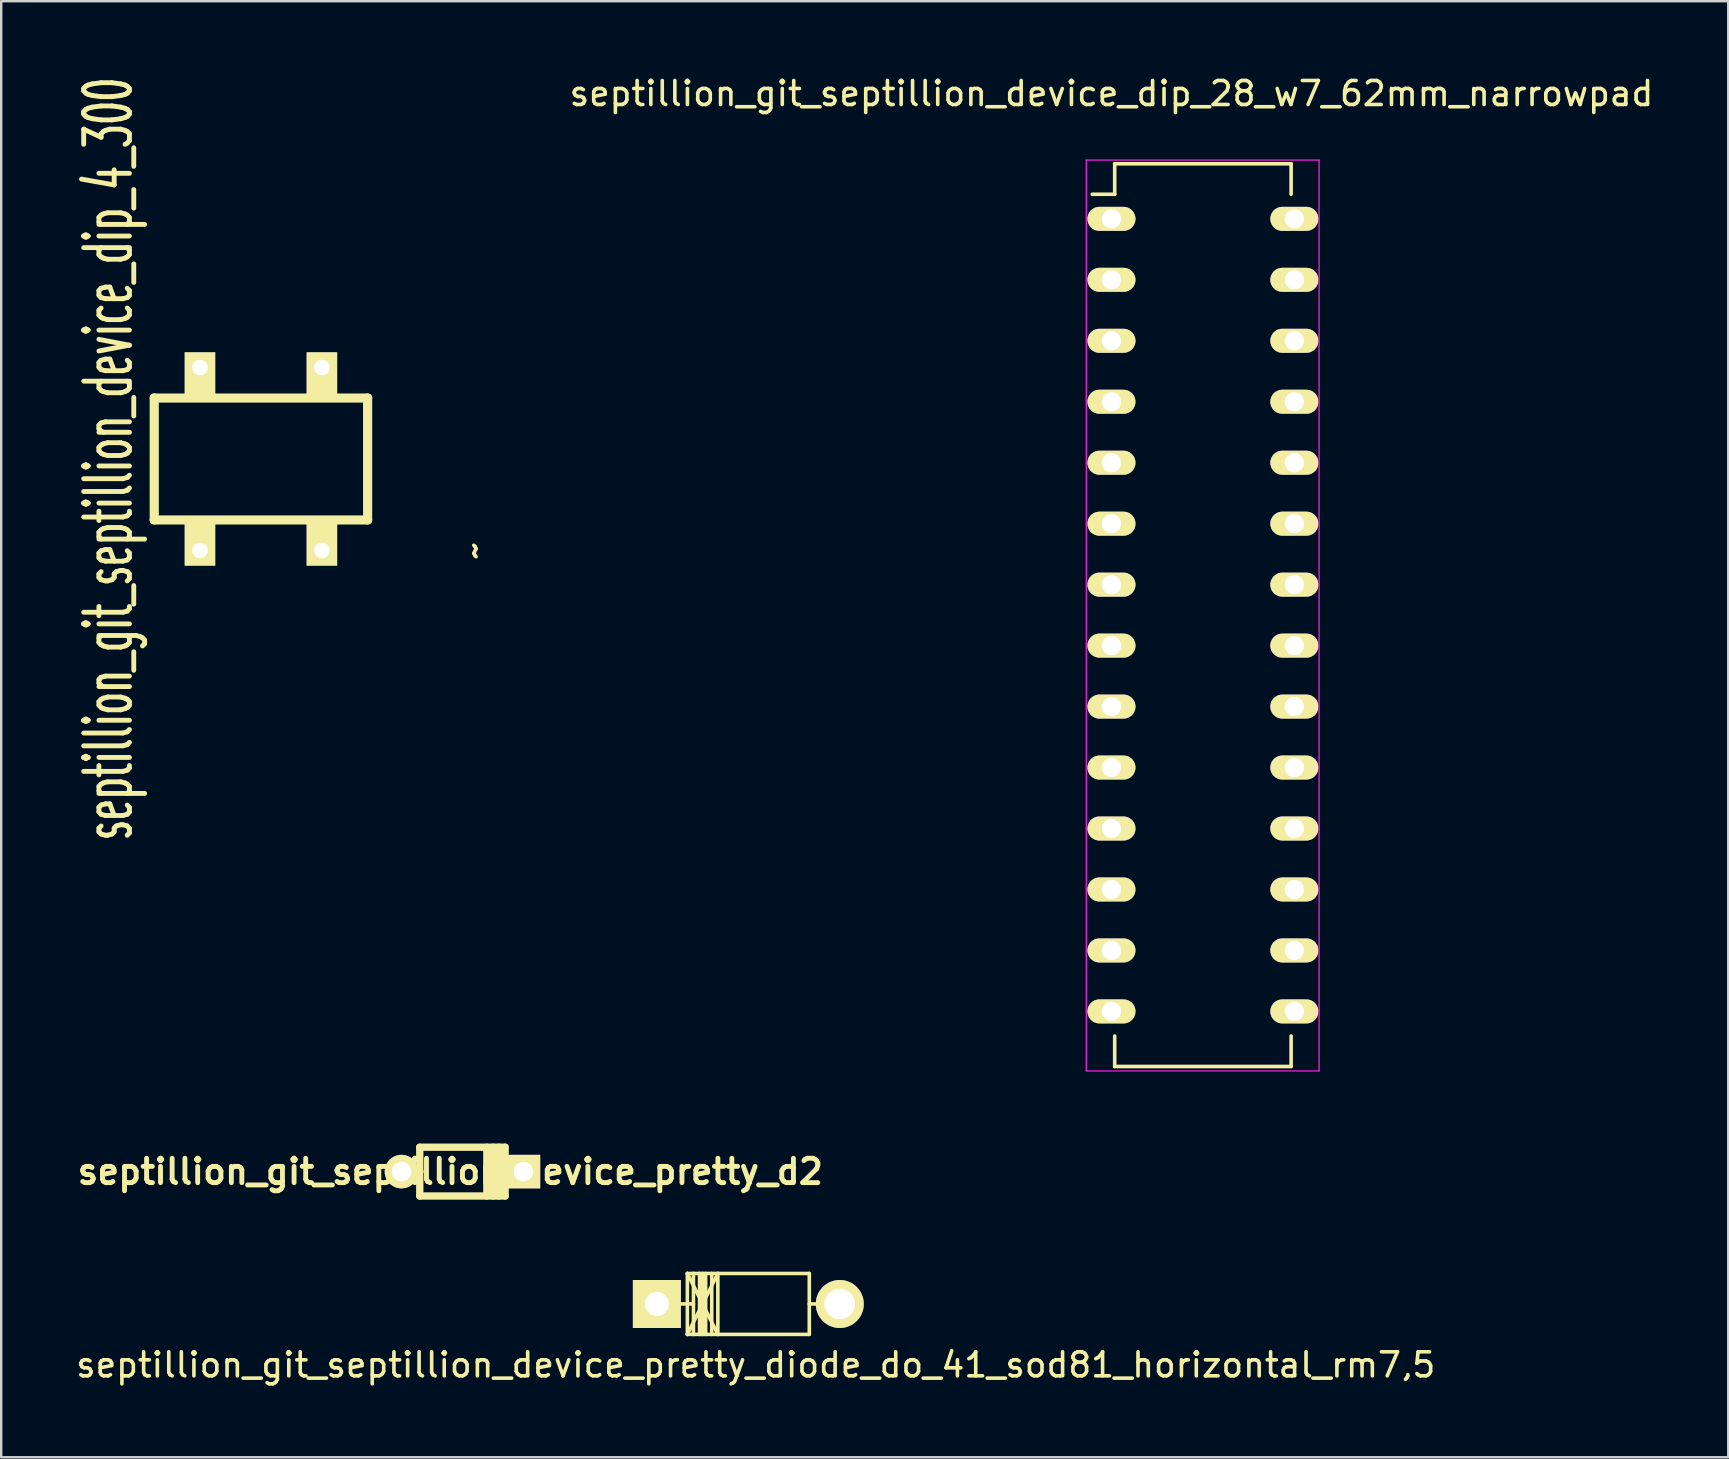
<source format=kicad_pcb>
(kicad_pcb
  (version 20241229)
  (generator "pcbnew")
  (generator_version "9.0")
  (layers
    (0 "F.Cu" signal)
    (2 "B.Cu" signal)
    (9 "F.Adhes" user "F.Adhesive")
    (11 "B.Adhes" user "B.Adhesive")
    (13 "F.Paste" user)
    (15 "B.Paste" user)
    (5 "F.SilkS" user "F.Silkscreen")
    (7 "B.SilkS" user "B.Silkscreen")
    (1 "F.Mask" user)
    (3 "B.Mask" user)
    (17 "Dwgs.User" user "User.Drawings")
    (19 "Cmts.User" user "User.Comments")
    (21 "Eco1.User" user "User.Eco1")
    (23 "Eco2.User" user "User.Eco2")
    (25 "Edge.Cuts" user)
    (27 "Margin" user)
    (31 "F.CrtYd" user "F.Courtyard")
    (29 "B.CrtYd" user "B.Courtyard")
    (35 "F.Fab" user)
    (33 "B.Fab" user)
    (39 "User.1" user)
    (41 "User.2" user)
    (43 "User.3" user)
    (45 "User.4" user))
  (footprint "septillion_git_septillion_device_pretty_d2"
    (layer "F.Cu")
    (at 16.217 45.762)
    (property "Reference" "septillion_git_septillion_device_pretty_d2" (at -0.508 0 0) (layer "F.SilkS") (effects (font (size 1.016 1.016) (thickness 0.203))))
    (attr through_hole)
    (fp_line (start -1.778 -1.016) (end -1.778 0) (stroke (width 0.305) (type solid)) (layer "F.SilkS"))
    (fp_line (start -1.778 0) (end -2.54 0) (stroke (width 0.305) (type solid)) (layer "F.SilkS"))
    (fp_line (start -1.778 0) (end -1.778 1.016) (stroke (width 0.305) (type solid)) (layer "F.SilkS"))
    (fp_line (start -1.778 1.016) (end 1.778 1.016) (stroke (width 0.305) (type solid)) (layer "F.SilkS"))
    (fp_line (start 1.016 1.016) (end 1.016 -1.016) (stroke (width 0.305) (type solid)) (layer "F.SilkS"))
    (fp_line (start 1.27 -1.016) (end 1.27 1.016) (stroke (width 0.305) (type solid)) (layer "F.SilkS"))
    (fp_line (start 1.524 -1.016) (end 1.524 1.016) (stroke (width 0.305) (type solid)) (layer "F.SilkS"))
    (fp_line (start 1.778 -1.016) (end -1.778 -1.016) (stroke (width 0.305) (type solid)) (layer "F.SilkS"))
    (fp_line (start 1.778 0) (end 1.778 -1.016) (stroke (width 0.305) (type solid)) (layer "F.SilkS"))
    (fp_line (start 1.778 1.016) (end 1.778 0) (stroke (width 0.305) (type solid)) (layer "F.SilkS"))
    (fp_line (start 2.54 0) (end 1.778 0) (stroke (width 0.305) (type solid)) (layer "F.SilkS"))
    (pad "1" thru_hole rect (at 2.54 0) (size 1.397 1.397) (drill 0.813) (layers "*.Cu" "*.Mask" "F.SilkS"))
    (pad "2" thru_hole circle (at -2.54 0) (size 1.397 1.397) (drill 0.813) (layers "*.Cu" "*.Mask" "F.SilkS")))
  (footprint "septillion_git_septillion_device_pretty_diode_do_41_sod81_horizontal_rm7,5"
    (layer "F.Cu")
    (at 28.127 51.278)
    (property "Reference" "septillion_git_septillion_device_pretty_diode_do_41_sod81_horizontal_rm7,5" (at 0.307 2.537 0) (layer "F.SilkS") (effects (font (size 1 1) (thickness 0.15))))
    (attr through_hole)
    (fp_line (start -2.54 -1.273) (end -1.27 1.267) (stroke (width 0.15) (type solid)) (layer "F.SilkS"))
    (fp_line (start -2.54 -1.273) (end 2.54 -1.273) (stroke (width 0.15) (type solid)) (layer "F.SilkS"))
    (fp_line (start -2.54 1.267) (end -2.54 -1.273) (stroke (width 0.15) (type solid)) (layer "F.SilkS"))
    (fp_line (start -2.286 -1.273) (end -2.286 1.267) (stroke (width 0.15) (type solid)) (layer "F.SilkS"))
    (fp_line (start -2.286 -0.003) (end -3.556 -0.003) (stroke (width 0.15) (type solid)) (layer "F.SilkS"))
    (fp_line (start -2.032 -1.273) (end -2.032 1.267) (stroke (width 0.15) (type solid)) (layer "F.SilkS"))
    (fp_line (start -1.905 -1.273) (end -1.905 1.267) (stroke (width 0.15) (type solid)) (layer "F.SilkS"))
    (fp_line (start -1.778 -1.273) (end -1.778 1.267) (stroke (width 0.15) (type solid)) (layer "F.SilkS"))
    (fp_line (start -1.524 -1.273) (end -1.524 1.267) (stroke (width 0.15) (type solid)) (layer "F.SilkS"))
    (fp_line (start -1.27 -1.273) (end -2.54 1.267) (stroke (width 0.15) (type solid)) (layer "F.SilkS"))
    (fp_line (start -1.27 -1.273) (end -1.27 1.267) (stroke (width 0.15) (type solid)) (layer "F.SilkS"))
    (fp_line (start 2.54 -1.273) (end 2.54 1.267) (stroke (width 0.15) (type solid)) (layer "F.SilkS"))
    (fp_line (start 2.54 -0.003) (end 3.556 -0.003) (stroke (width 0.15) (type solid)) (layer "F.SilkS"))
    (fp_line (start 2.54 1.267) (end -2.54 1.267) (stroke (width 0.15) (type solid)) (layer "F.SilkS"))
    (pad "1" thru_hole rect (at -3.81 0 180) (size 1.999 1.999) (drill 1.001) (layers "*.Cu" "*.Mask" "F.SilkS"))
    (pad "2" thru_hole circle (at 3.81 0 180) (size 1.999 1.999) (drill 1.27) (layers "*.Cu" "*.Mask" "F.SilkS")))
  (footprint "septillion_git_septillion_device_dip_4_300"
    (layer "F.Cu")
    (at 7.821 16.072)
    (property "Reference" "septillion_git_septillion_device_dip_4_300" (at -6.35 0 90) (layer "F.SilkS") (effects (font (size 1.905 1.016) (thickness 0.203))))
    (attr through_hole)
    (fp_line (start -4.445 -2.54) (end 4.445 -2.54) (stroke (width 0.381) (type solid)) (layer "F.SilkS"))
    (fp_line (start -4.445 2.54) (end -4.445 -2.54) (stroke (width 0.381) (type solid)) (layer "F.SilkS"))
    (fp_line (start 4.445 -2.54) (end 4.445 2.54) (stroke (width 0.381) (type solid)) (layer "F.SilkS"))
    (fp_line (start 4.445 2.54) (end -4.445 2.54) (stroke (width 0.381) (type solid)) (layer "F.SilkS"))
    (fp_text user "~" (at 8.89 3.81 90) (layer "F.SilkS") (effects (font (size 1 1) (thickness 0.15))))
    (pad "1" thru_hole rect (at -2.54 3.81) (size 1.27 1.778) (drill 0.65 (offset 0 -0.254)) (layers "*.Cu" "*.Mask" "F.SilkS"))
    (pad "2" thru_hole rect (at 2.54 3.81) (size 1.27 1.778) (drill 0.65 (offset 0 -0.254)) (layers "*.Cu" "*.Mask" "F.SilkS"))
    (pad "3" thru_hole rect (at 2.54 -3.81) (size 1.27 1.778) (drill 0.65 (offset 0 0.254)) (layers "*.Cu" "*.Mask" "F.SilkS"))
    (pad "4" thru_hole rect (at -2.54 -3.81) (size 1.27 1.778) (drill 0.65 (offset 0 0.254)) (layers "*.Cu" "*.Mask" "F.SilkS")))
  (footprint "septillion_git_septillion_device_dip_28_w7_62mm_narrowpad"
    (layer "F.Cu")
    (at 43.256 6.068)
    (property "Reference" "septillion_git_septillion_device_dip_28_w7_62mm_narrowpad" (at 0 -5.22 0) (layer "F.SilkS") (effects (font (size 1 1) (thickness 0.15))))
    (attr through_hole)
    (fp_line (start 0.135 -2.295) (end 0.135 -1.025) (stroke (width 0.15) (type solid)) (layer "F.SilkS"))
    (fp_line (start 0.135 -2.295) (end 7.485 -2.295) (stroke (width 0.15) (type solid)) (layer "F.SilkS"))
    (fp_line (start 0.135 -1.025) (end -0.8 -1.025) (stroke (width 0.15) (type solid)) (layer "F.SilkS"))
    (fp_line (start 0.135 35.315) (end 0.135 34.045) (stroke (width 0.15) (type solid)) (layer "F.SilkS"))
    (fp_line (start 0.135 35.315) (end 7.485 35.315) (stroke (width 0.15) (type solid)) (layer "F.SilkS"))
    (fp_line (start 7.485 -2.295) (end 7.485 -1.025) (stroke (width 0.15) (type solid)) (layer "F.SilkS"))
    (fp_line (start 7.485 35.315) (end 7.485 34.045) (stroke (width 0.15) (type solid)) (layer "F.SilkS"))
    (fp_line (start -1.05 -2.45) (end -1.05 35.5) (stroke (width 0.05) (type solid)) (layer "F.CrtYd"))
    (fp_line (start -1.05 -2.45) (end 8.65 -2.45) (stroke (width 0.05) (type solid)) (layer "F.CrtYd"))
    (fp_line (start -1.05 35.5) (end 8.65 35.5) (stroke (width 0.05) (type solid)) (layer "F.CrtYd"))
    (fp_line (start 8.65 -2.45) (end 8.65 35.5) (stroke (width 0.05) (type solid)) (layer "F.CrtYd"))
    (pad "1" thru_hole oval (at 0 0) (size 2 1) (drill 0.8) (layers "*.Cu" "*.Mask" "F.SilkS"))
    (pad "2" thru_hole oval (at 0 2.54) (size 2 1) (drill 0.8) (layers "*.Cu" "*.Mask" "F.SilkS"))
    (pad "3" thru_hole oval (at 0 5.08) (size 2 1) (drill 0.8) (layers "*.Cu" "*.Mask" "F.SilkS"))
    (pad "4" thru_hole oval (at 0 7.62) (size 2 1) (drill 0.8) (layers "*.Cu" "*.Mask" "F.SilkS"))
    (pad "5" thru_hole oval (at 0 10.16) (size 2 1) (drill 0.8) (layers "*.Cu" "*.Mask" "F.SilkS"))
    (pad "6" thru_hole oval (at 0 12.7) (size 2 1) (drill 0.8) (layers "*.Cu" "*.Mask" "F.SilkS"))
    (pad "7" thru_hole oval (at 0 15.24) (size 2 1) (drill 0.8) (layers "*.Cu" "*.Mask" "F.SilkS"))
    (pad "8" thru_hole oval (at 0 17.78) (size 2 1) (drill 0.8) (layers "*.Cu" "*.Mask" "F.SilkS"))
    (pad "9" thru_hole oval (at 0 20.32) (size 2 1) (drill 0.8) (layers "*.Cu" "*.Mask" "F.SilkS"))
    (pad "10" thru_hole oval (at 0 22.86) (size 2 1) (drill 0.8) (layers "*.Cu" "*.Mask" "F.SilkS"))
    (pad "11" thru_hole oval (at 0 25.4) (size 2 1) (drill 0.8) (layers "*.Cu" "*.Mask" "F.SilkS"))
    (pad "12" thru_hole oval (at 0 27.94) (size 2 1) (drill 0.8) (layers "*.Cu" "*.Mask" "F.SilkS"))
    (pad "13" thru_hole oval (at 0 30.48) (size 2 1) (drill 0.8) (layers "*.Cu" "*.Mask" "F.SilkS"))
    (pad "14" thru_hole oval (at 0 33.02) (size 2 1) (drill 0.8) (layers "*.Cu" "*.Mask" "F.SilkS"))
    (pad "15" thru_hole oval (at 7.62 33.02) (size 2 1) (drill 0.8) (layers "*.Cu" "*.Mask" "F.SilkS"))
    (pad "16" thru_hole oval (at 7.62 30.48) (size 2 1) (drill 0.8) (layers "*.Cu" "*.Mask" "F.SilkS"))
    (pad "17" thru_hole oval (at 7.62 27.94) (size 2 1) (drill 0.8) (layers "*.Cu" "*.Mask" "F.SilkS"))
    (pad "18" thru_hole oval (at 7.62 25.4) (size 2 1) (drill 0.8) (layers "*.Cu" "*.Mask" "F.SilkS"))
    (pad "19" thru_hole oval (at 7.62 22.86) (size 2 1) (drill 0.8) (layers "*.Cu" "*.Mask" "F.SilkS"))
    (pad "20" thru_hole oval (at 7.62 20.32) (size 2 1) (drill 0.8) (layers "*.Cu" "*.Mask" "F.SilkS"))
    (pad "21" thru_hole oval (at 7.62 17.78) (size 2 1) (drill 0.8) (layers "*.Cu" "*.Mask" "F.SilkS"))
    (pad "22" thru_hole oval (at 7.62 15.24) (size 2 1) (drill 0.8) (layers "*.Cu" "*.Mask" "F.SilkS"))
    (pad "23" thru_hole oval (at 7.62 12.7) (size 2 1) (drill 0.8) (layers "*.Cu" "*.Mask" "F.SilkS"))
    (pad "24" thru_hole oval (at 7.62 10.16) (size 2 1) (drill 0.8) (layers "*.Cu" "*.Mask" "F.SilkS"))
    (pad "25" thru_hole oval (at 7.62 7.62) (size 2 1) (drill 0.8) (layers "*.Cu" "*.Mask" "F.SilkS"))
    (pad "26" thru_hole oval (at 7.62 5.08) (size 2 1) (drill 0.8) (layers "*.Cu" "*.Mask" "F.SilkS"))
    (pad "27" thru_hole oval (at 7.62 2.54) (size 2 1) (drill 0.8) (layers "*.Cu" "*.Mask" "F.SilkS"))
    (pad "28" thru_hole oval (at 7.62 0) (size 2 1) (drill 0.8) (layers "*.Cu" "*.Mask" "F.SilkS")))
  (gr_rect
    (start -3 -3)
    (end 68.952 57.663)
    (stroke (width 0.1) (type default))
    (fill no)
    (layer "Edge.Cuts")))
</source>
